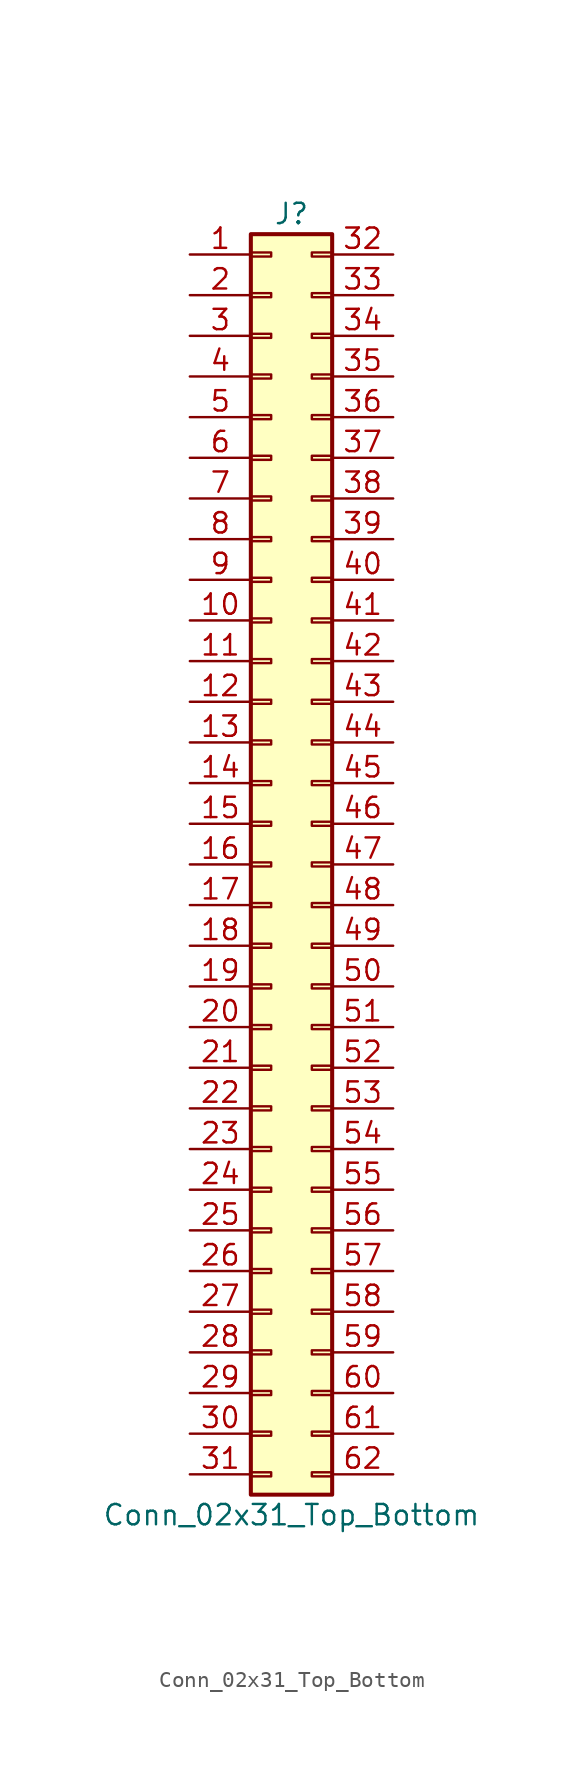
<source format=kicad_sym>
(kicad_symbol_lib
  (version 20211014)
  (generator kicad_symbol_editor)
  (symbol "Conn_02x31_Top_Bottom"
    (pin_names
      (offset 1.016) hide)
    (property "Reference" "J"
      (at 1.27 40.64 0)
      (effects (font (size 1.27 1.27))))
    (property "Value" "Conn_02x31_Top_Bottom"
      (at 1.27 -40.64 0)
      (effects (font (size 1.27 1.27))))
    (symbol "Conn_02x31_Top_Bottom_1_1"
      (rectangle (start -1.27 -37.973) (end 0 -38.227) (stroke (width 0.152) (type default) (color 0 0 0 0)) (fill (type none)))
      (rectangle (start -1.27 -35.433) (end 0 -35.687) (stroke (width 0.152) (type default) (color 0 0 0 0)) (fill (type none)))
      (rectangle (start -1.27 -32.893) (end 0 -33.147) (stroke (width 0.152) (type default) (color 0 0 0 0)) (fill (type none)))
      (rectangle (start -1.27 -30.353) (end 0 -30.607) (stroke (width 0.152) (type default) (color 0 0 0 0)) (fill (type none)))
      (rectangle (start -1.27 -27.813) (end 0 -28.067) (stroke (width 0.152) (type default) (color 0 0 0 0)) (fill (type none)))
      (rectangle (start -1.27 -25.273) (end 0 -25.527) (stroke (width 0.152) (type default) (color 0 0 0 0)) (fill (type none)))
      (rectangle (start -1.27 -22.733) (end 0 -22.987) (stroke (width 0.152) (type default) (color 0 0 0 0)) (fill (type none)))
      (rectangle (start -1.27 -20.193) (end 0 -20.447) (stroke (width 0.152) (type default) (color 0 0 0 0)) (fill (type none)))
      (rectangle (start -1.27 -17.653) (end 0 -17.907) (stroke (width 0.152) (type default) (color 0 0 0 0)) (fill (type none)))
      (rectangle (start -1.27 -15.113) (end 0 -15.367) (stroke (width 0.152) (type default) (color 0 0 0 0)) (fill (type none)))
      (rectangle (start -1.27 -12.573) (end 0 -12.827) (stroke (width 0.152) (type default) (color 0 0 0 0)) (fill (type none)))
      (rectangle (start -1.27 -10.033) (end 0 -10.287) (stroke (width 0.152) (type default) (color 0 0 0 0)) (fill (type none)))
      (rectangle (start -1.27 -7.493) (end 0 -7.747) (stroke (width 0.152) (type default) (color 0 0 0 0)) (fill (type none)))
      (rectangle (start -1.27 -4.953) (end 0 -5.207) (stroke (width 0.152) (type default) (color 0 0 0 0)) (fill (type none)))
      (rectangle (start -1.27 -2.413) (end 0 -2.667) (stroke (width 0.152) (type default) (color 0 0 0 0)) (fill (type none)))
      (rectangle (start -1.27 0.127) (end 0 -0.127) (stroke (width 0.152) (type default) (color 0 0 0 0)) (fill (type none)))
      (rectangle (start -1.27 2.667) (end 0 2.413) (stroke (width 0.152) (type default) (color 0 0 0 0)) (fill (type none)))
      (rectangle (start -1.27 5.207) (end 0 4.953) (stroke (width 0.152) (type default) (color 0 0 0 0)) (fill (type none)))
      (rectangle (start -1.27 7.747) (end 0 7.493) (stroke (width 0.152) (type default) (color 0 0 0 0)) (fill (type none)))
      (rectangle (start -1.27 10.287) (end 0 10.033) (stroke (width 0.152) (type default) (color 0 0 0 0)) (fill (type none)))
      (rectangle (start -1.27 12.827) (end 0 12.573) (stroke (width 0.152) (type default) (color 0 0 0 0)) (fill (type none)))
      (rectangle (start -1.27 15.367) (end 0 15.113) (stroke (width 0.152) (type default) (color 0 0 0 0)) (fill (type none)))
      (rectangle (start -1.27 17.907) (end 0 17.653) (stroke (width 0.152) (type default) (color 0 0 0 0)) (fill (type none)))
      (rectangle (start -1.27 20.447) (end 0 20.193) (stroke (width 0.152) (type default) (color 0 0 0 0)) (fill (type none)))
      (rectangle (start -1.27 22.987) (end 0 22.733) (stroke (width 0.152) (type default) (color 0 0 0 0)) (fill (type none)))
      (rectangle (start -1.27 25.527) (end 0 25.273) (stroke (width 0.152) (type default) (color 0 0 0 0)) (fill (type none)))
      (rectangle (start -1.27 28.067) (end 0 27.813) (stroke (width 0.152) (type default) (color 0 0 0 0)) (fill (type none)))
      (rectangle (start -1.27 30.607) (end 0 30.353) (stroke (width 0.152) (type default) (color 0 0 0 0)) (fill (type none)))
      (rectangle (start -1.27 33.147) (end 0 32.893) (stroke (width 0.152) (type default) (color 0 0 0 0)) (fill (type none)))
      (rectangle (start -1.27 35.687) (end 0 35.433) (stroke (width 0.152) (type default) (color 0 0 0 0)) (fill (type none)))
      (rectangle (start -1.27 38.227) (end 0 37.973) (stroke (width 0.152) (type default) (color 0 0 0 0)) (fill (type none)))
      (rectangle (start -1.27 39.37) (end 3.81 -39.37) (stroke (width 0.254) (type default) (color 0 0 0 0)) (fill (type background)))
      (rectangle (start 3.81 -37.973) (end 2.54 -38.227) (stroke (width 0.152) (type default) (color 0 0 0 0)) (fill (type none)))
      (rectangle (start 3.81 -35.433) (end 2.54 -35.687) (stroke (width 0.152) (type default) (color 0 0 0 0)) (fill (type none)))
      (rectangle (start 3.81 -32.893) (end 2.54 -33.147) (stroke (width 0.152) (type default) (color 0 0 0 0)) (fill (type none)))
      (rectangle (start 3.81 -30.353) (end 2.54 -30.607) (stroke (width 0.152) (type default) (color 0 0 0 0)) (fill (type none)))
      (rectangle (start 3.81 -27.813) (end 2.54 -28.067) (stroke (width 0.152) (type default) (color 0 0 0 0)) (fill (type none)))
      (rectangle (start 3.81 -25.273) (end 2.54 -25.527) (stroke (width 0.152) (type default) (color 0 0 0 0)) (fill (type none)))
      (rectangle (start 3.81 -22.733) (end 2.54 -22.987) (stroke (width 0.152) (type default) (color 0 0 0 0)) (fill (type none)))
      (rectangle (start 3.81 -20.193) (end 2.54 -20.447) (stroke (width 0.152) (type default) (color 0 0 0 0)) (fill (type none)))
      (rectangle (start 3.81 -17.653) (end 2.54 -17.907) (stroke (width 0.152) (type default) (color 0 0 0 0)) (fill (type none)))
      (rectangle (start 3.81 -15.113) (end 2.54 -15.367) (stroke (width 0.152) (type default) (color 0 0 0 0)) (fill (type none)))
      (rectangle (start 3.81 -12.573) (end 2.54 -12.827) (stroke (width 0.152) (type default) (color 0 0 0 0)) (fill (type none)))
      (rectangle (start 3.81 -10.033) (end 2.54 -10.287) (stroke (width 0.152) (type default) (color 0 0 0 0)) (fill (type none)))
      (rectangle (start 3.81 -7.493) (end 2.54 -7.747) (stroke (width 0.152) (type default) (color 0 0 0 0)) (fill (type none)))
      (rectangle (start 3.81 -4.953) (end 2.54 -5.207) (stroke (width 0.152) (type default) (color 0 0 0 0)) (fill (type none)))
      (rectangle (start 3.81 -2.413) (end 2.54 -2.667) (stroke (width 0.152) (type default) (color 0 0 0 0)) (fill (type none)))
      (rectangle (start 3.81 0.127) (end 2.54 -0.127) (stroke (width 0.152) (type default) (color 0 0 0 0)) (fill (type none)))
      (rectangle (start 3.81 2.667) (end 2.54 2.413) (stroke (width 0.152) (type default) (color 0 0 0 0)) (fill (type none)))
      (rectangle (start 3.81 5.207) (end 2.54 4.953) (stroke (width 0.152) (type default) (color 0 0 0 0)) (fill (type none)))
      (rectangle (start 3.81 7.747) (end 2.54 7.493) (stroke (width 0.152) (type default) (color 0 0 0 0)) (fill (type none)))
      (rectangle (start 3.81 10.287) (end 2.54 10.033) (stroke (width 0.152) (type default) (color 0 0 0 0)) (fill (type none)))
      (rectangle (start 3.81 12.827) (end 2.54 12.573) (stroke (width 0.152) (type default) (color 0 0 0 0)) (fill (type none)))
      (rectangle (start 3.81 15.367) (end 2.54 15.113) (stroke (width 0.152) (type default) (color 0 0 0 0)) (fill (type none)))
      (rectangle (start 3.81 17.907) (end 2.54 17.653) (stroke (width 0.152) (type default) (color 0 0 0 0)) (fill (type none)))
      (rectangle (start 3.81 20.447) (end 2.54 20.193) (stroke (width 0.152) (type default) (color 0 0 0 0)) (fill (type none)))
      (rectangle (start 3.81 22.987) (end 2.54 22.733) (stroke (width 0.152) (type default) (color 0 0 0 0)) (fill (type none)))
      (rectangle (start 3.81 25.527) (end 2.54 25.273) (stroke (width 0.152) (type default) (color 0 0 0 0)) (fill (type none)))
      (rectangle (start 3.81 28.067) (end 2.54 27.813) (stroke (width 0.152) (type default) (color 0 0 0 0)) (fill (type none)))
      (rectangle (start 3.81 30.607) (end 2.54 30.353) (stroke (width 0.152) (type default) (color 0 0 0 0)) (fill (type none)))
      (rectangle (start 3.81 33.147) (end 2.54 32.893) (stroke (width 0.152) (type default) (color 0 0 0 0)) (fill (type none)))
      (rectangle (start 3.81 35.687) (end 2.54 35.433) (stroke (width 0.152) (type default) (color 0 0 0 0)) (fill (type none)))
      (rectangle (start 3.81 38.227) (end 2.54 37.973) (stroke (width 0.152) (type default) (color 0 0 0 0)) (fill (type none)))
      (pin passive line (at -5.08 38.1 0) (length 3.81) (name "Pin_1" (effects (font (size 1.27 1.27)))) (number "1" (effects (font (size 1.27 1.27)))))
      (pin passive line (at -5.08 15.24 0) (length 3.81) (name "Pin_10" (effects (font (size 1.27 1.27)))) (number "10" (effects (font (size 1.27 1.27)))))
      (pin passive line (at -5.08 12.7 0) (length 3.81) (name "Pin_11" (effects (font (size 1.27 1.27)))) (number "11" (effects (font (size 1.27 1.27)))))
      (pin passive line (at -5.08 10.16 0) (length 3.81) (name "Pin_12" (effects (font (size 1.27 1.27)))) (number "12" (effects (font (size 1.27 1.27)))))
      (pin passive line (at -5.08 7.62 0) (length 3.81) (name "Pin_13" (effects (font (size 1.27 1.27)))) (number "13" (effects (font (size 1.27 1.27)))))
      (pin passive line (at -5.08 5.08 0) (length 3.81) (name "Pin_14" (effects (font (size 1.27 1.27)))) (number "14" (effects (font (size 1.27 1.27)))))
      (pin passive line (at -5.08 2.54 0) (length 3.81) (name "Pin_15" (effects (font (size 1.27 1.27)))) (number "15" (effects (font (size 1.27 1.27)))))
      (pin passive line (at -5.08 0 0) (length 3.81) (name "Pin_16" (effects (font (size 1.27 1.27)))) (number "16" (effects (font (size 1.27 1.27)))))
      (pin passive line (at -5.08 -2.54 0) (length 3.81) (name "Pin_17" (effects (font (size 1.27 1.27)))) (number "17" (effects (font (size 1.27 1.27)))))
      (pin passive line (at -5.08 -5.08 0) (length 3.81) (name "Pin_18" (effects (font (size 1.27 1.27)))) (number "18" (effects (font (size 1.27 1.27)))))
      (pin passive line (at -5.08 -7.62 0) (length 3.81) (name "Pin_19" (effects (font (size 1.27 1.27)))) (number "19" (effects (font (size 1.27 1.27)))))
      (pin passive line (at -5.08 35.56 0) (length 3.81) (name "Pin_2" (effects (font (size 1.27 1.27)))) (number "2" (effects (font (size 1.27 1.27)))))
      (pin passive line (at -5.08 -10.16 0) (length 3.81) (name "Pin_20" (effects (font (size 1.27 1.27)))) (number "20" (effects (font (size 1.27 1.27)))))
      (pin passive line (at -5.08 -12.7 0) (length 3.81) (name "Pin_21" (effects (font (size 1.27 1.27)))) (number "21" (effects (font (size 1.27 1.27)))))
      (pin passive line (at -5.08 -15.24 0) (length 3.81) (name "Pin_22" (effects (font (size 1.27 1.27)))) (number "22" (effects (font (size 1.27 1.27)))))
      (pin passive line (at -5.08 -17.78 0) (length 3.81) (name "Pin_23" (effects (font (size 1.27 1.27)))) (number "23" (effects (font (size 1.27 1.27)))))
      (pin passive line (at -5.08 -20.32 0) (length 3.81) (name "Pin_24" (effects (font (size 1.27 1.27)))) (number "24" (effects (font (size 1.27 1.27)))))
      (pin passive line (at -5.08 -22.86 0) (length 3.81) (name "Pin_25" (effects (font (size 1.27 1.27)))) (number "25" (effects (font (size 1.27 1.27)))))
      (pin passive line (at -5.08 -25.4 0) (length 3.81) (name "Pin_26" (effects (font (size 1.27 1.27)))) (number "26" (effects (font (size 1.27 1.27)))))
      (pin passive line (at -5.08 -27.94 0) (length 3.81) (name "Pin_27" (effects (font (size 1.27 1.27)))) (number "27" (effects (font (size 1.27 1.27)))))
      (pin passive line (at -5.08 -30.48 0) (length 3.81) (name "Pin_28" (effects (font (size 1.27 1.27)))) (number "28" (effects (font (size 1.27 1.27)))))
      (pin passive line (at -5.08 -33.02 0) (length 3.81) (name "Pin_29" (effects (font (size 1.27 1.27)))) (number "29" (effects (font (size 1.27 1.27)))))
      (pin passive line (at -5.08 33.02 0) (length 3.81) (name "Pin_3" (effects (font (size 1.27 1.27)))) (number "3" (effects (font (size 1.27 1.27)))))
      (pin passive line (at -5.08 -35.56 0) (length 3.81) (name "Pin_30" (effects (font (size 1.27 1.27)))) (number "30" (effects (font (size 1.27 1.27)))))
      (pin passive line (at -5.08 -38.1 0) (length 3.81) (name "Pin_31" (effects (font (size 1.27 1.27)))) (number "31" (effects (font (size 1.27 1.27)))))
      (pin passive line (at 7.62 38.1 180) (length 3.81) (name "Pin_32" (effects (font (size 1.27 1.27)))) (number "32" (effects (font (size 1.27 1.27)))))
      (pin passive line (at 7.62 35.56 180) (length 3.81) (name "Pin_33" (effects (font (size 1.27 1.27)))) (number "33" (effects (font (size 1.27 1.27)))))
      (pin passive line (at 7.62 33.02 180) (length 3.81) (name "Pin_34" (effects (font (size 1.27 1.27)))) (number "34" (effects (font (size 1.27 1.27)))))
      (pin passive line (at 7.62 30.48 180) (length 3.81) (name "Pin_35" (effects (font (size 1.27 1.27)))) (number "35" (effects (font (size 1.27 1.27)))))
      (pin passive line (at 7.62 27.94 180) (length 3.81) (name "Pin_36" (effects (font (size 1.27 1.27)))) (number "36" (effects (font (size 1.27 1.27)))))
      (pin passive line (at 7.62 25.4 180) (length 3.81) (name "Pin_37" (effects (font (size 1.27 1.27)))) (number "37" (effects (font (size 1.27 1.27)))))
      (pin passive line (at 7.62 22.86 180) (length 3.81) (name "Pin_38" (effects (font (size 1.27 1.27)))) (number "38" (effects (font (size 1.27 1.27)))))
      (pin passive line (at 7.62 20.32 180) (length 3.81) (name "Pin_39" (effects (font (size 1.27 1.27)))) (number "39" (effects (font (size 1.27 1.27)))))
      (pin passive line (at -5.08 30.48 0) (length 3.81) (name "Pin_4" (effects (font (size 1.27 1.27)))) (number "4" (effects (font (size 1.27 1.27)))))
      (pin passive line (at 7.62 17.78 180) (length 3.81) (name "Pin_40" (effects (font (size 1.27 1.27)))) (number "40" (effects (font (size 1.27 1.27)))))
      (pin passive line (at 7.62 15.24 180) (length 3.81) (name "Pin_41" (effects (font (size 1.27 1.27)))) (number "41" (effects (font (size 1.27 1.27)))))
      (pin passive line (at 7.62 12.7 180) (length 3.81) (name "Pin_42" (effects (font (size 1.27 1.27)))) (number "42" (effects (font (size 1.27 1.27)))))
      (pin passive line (at 7.62 10.16 180) (length 3.81) (name "Pin_43" (effects (font (size 1.27 1.27)))) (number "43" (effects (font (size 1.27 1.27)))))
      (pin passive line (at 7.62 7.62 180) (length 3.81) (name "Pin_44" (effects (font (size 1.27 1.27)))) (number "44" (effects (font (size 1.27 1.27)))))
      (pin passive line (at 7.62 5.08 180) (length 3.81) (name "Pin_45" (effects (font (size 1.27 1.27)))) (number "45" (effects (font (size 1.27 1.27)))))
      (pin passive line (at 7.62 2.54 180) (length 3.81) (name "Pin_46" (effects (font (size 1.27 1.27)))) (number "46" (effects (font (size 1.27 1.27)))))
      (pin passive line (at 7.62 0 180) (length 3.81) (name "Pin_47" (effects (font (size 1.27 1.27)))) (number "47" (effects (font (size 1.27 1.27)))))
      (pin passive line (at 7.62 -2.54 180) (length 3.81) (name "Pin_48" (effects (font (size 1.27 1.27)))) (number "48" (effects (font (size 1.27 1.27)))))
      (pin passive line (at 7.62 -5.08 180) (length 3.81) (name "Pin_49" (effects (font (size 1.27 1.27)))) (number "49" (effects (font (size 1.27 1.27)))))
      (pin passive line (at -5.08 27.94 0) (length 3.81) (name "Pin_5" (effects (font (size 1.27 1.27)))) (number "5" (effects (font (size 1.27 1.27)))))
      (pin passive line (at 7.62 -7.62 180) (length 3.81) (name "Pin_50" (effects (font (size 1.27 1.27)))) (number "50" (effects (font (size 1.27 1.27)))))
      (pin passive line (at 7.62 -10.16 180) (length 3.81) (name "Pin_51" (effects (font (size 1.27 1.27)))) (number "51" (effects (font (size 1.27 1.27)))))
      (pin passive line (at 7.62 -12.7 180) (length 3.81) (name "Pin_52" (effects (font (size 1.27 1.27)))) (number "52" (effects (font (size 1.27 1.27)))))
      (pin passive line (at 7.62 -15.24 180) (length 3.81) (name "Pin_53" (effects (font (size 1.27 1.27)))) (number "53" (effects (font (size 1.27 1.27)))))
      (pin passive line (at 7.62 -17.78 180) (length 3.81) (name "Pin_54" (effects (font (size 1.27 1.27)))) (number "54" (effects (font (size 1.27 1.27)))))
      (pin passive line (at 7.62 -20.32 180) (length 3.81) (name "Pin_55" (effects (font (size 1.27 1.27)))) (number "55" (effects (font (size 1.27 1.27)))))
      (pin passive line (at 7.62 -22.86 180) (length 3.81) (name "Pin_56" (effects (font (size 1.27 1.27)))) (number "56" (effects (font (size 1.27 1.27)))))
      (pin passive line (at 7.62 -25.4 180) (length 3.81) (name "Pin_57" (effects (font (size 1.27 1.27)))) (number "57" (effects (font (size 1.27 1.27)))))
      (pin passive line (at 7.62 -27.94 180) (length 3.81) (name "Pin_58" (effects (font (size 1.27 1.27)))) (number "58" (effects (font (size 1.27 1.27)))))
      (pin passive line (at 7.62 -30.48 180) (length 3.81) (name "Pin_59" (effects (font (size 1.27 1.27)))) (number "59" (effects (font (size 1.27 1.27)))))
      (pin passive line (at -5.08 25.4 0) (length 3.81) (name "Pin_6" (effects (font (size 1.27 1.27)))) (number "6" (effects (font (size 1.27 1.27)))))
      (pin passive line (at 7.62 -33.02 180) (length 3.81) (name "Pin_60" (effects (font (size 1.27 1.27)))) (number "60" (effects (font (size 1.27 1.27)))))
      (pin passive line (at 7.62 -35.56 180) (length 3.81) (name "Pin_61" (effects (font (size 1.27 1.27)))) (number "61" (effects (font (size 1.27 1.27)))))
      (pin passive line (at 7.62 -38.1 180) (length 3.81) (name "Pin_62" (effects (font (size 1.27 1.27)))) (number "62" (effects (font (size 1.27 1.27)))))
      (pin passive line (at -5.08 22.86 0) (length 3.81) (name "Pin_7" (effects (font (size 1.27 1.27)))) (number "7" (effects (font (size 1.27 1.27)))))
      (pin passive line (at -5.08 20.32 0) (length 3.81) (name "Pin_8" (effects (font (size 1.27 1.27)))) (number "8" (effects (font (size 1.27 1.27)))))
      (pin passive line (at -5.08 17.78 0) (length 3.81) (name "Pin_9" (effects (font (size 1.27 1.27)))) (number "9" (effects (font (size 1.27 1.27))))))))
</source>
